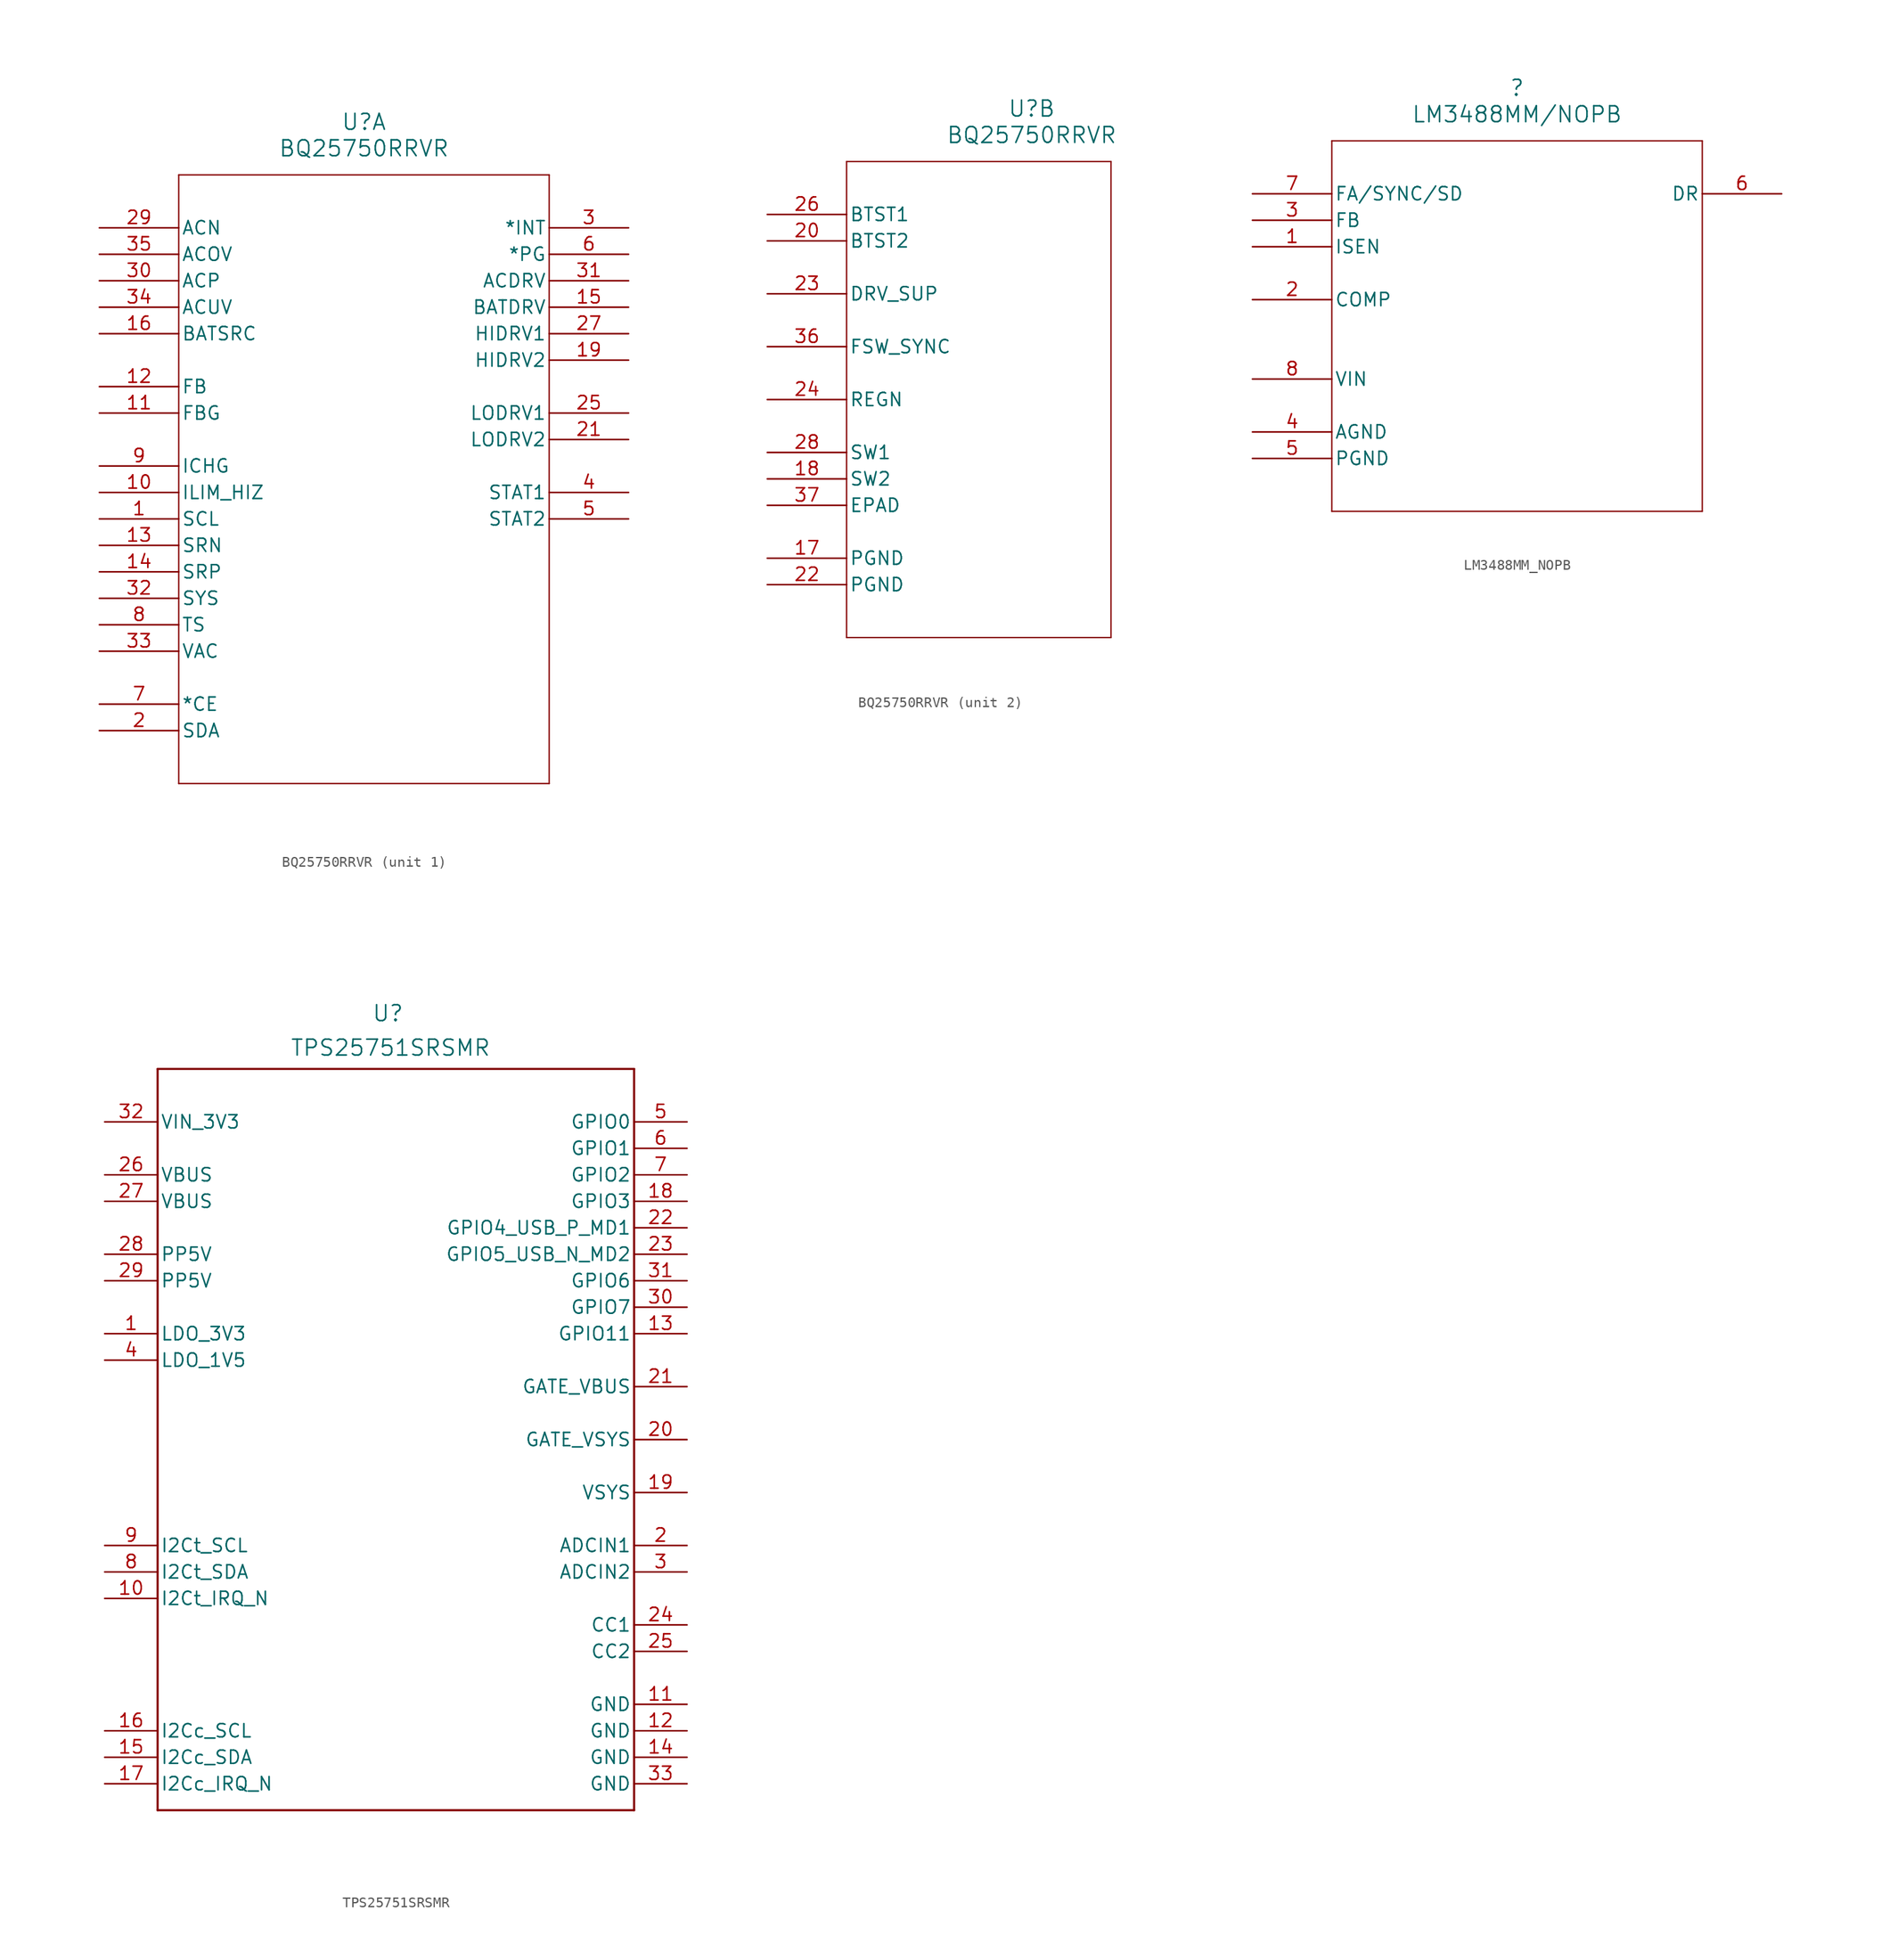
<source format=kicad_sym>
(kicad_symbol_lib
  (version 20241209)
  (generator "kicad_symbol_editor")
  (generator_version "9.0")
  (symbol "BQ25750RRVR"
    (pin_names
      (offset 0.254))
    (property "Reference" "U"
      (at 25.4 10.16 0)
      (effects (font (size 1.524 1.524))))
    (property "Value" "BQ25750RRVR"
      (at 25.4 7.62 0)
      (effects (font (size 1.524 1.524))))
    (property "ki_locked" ""
      (at 0 0 0)
      (effects (font (size 1.27 1.27))))
    (symbol "BQ25750RRVR_1_1"
      (polyline (pts (xy 7.62 5.08) (xy 7.62 -53.34)) (stroke (width 0.127) (type default)) (fill (type none)))
      (polyline (pts (xy 7.62 -53.34) (xy 43.18 -53.34)) (stroke (width 0.127) (type default)) (fill (type none)))
      (polyline (pts (xy 43.18 5.08) (xy 7.62 5.08)) (stroke (width 0.127) (type default)) (fill (type none)))
      (polyline (pts (xy 43.18 -53.34) (xy 43.18 5.08)) (stroke (width 0.127) (type default)) (fill (type none)))
      (pin input line (at 0 0 0) (length 7.62) (name "ACN" (effects (font (size 1.27 1.27)))) (number "29" (effects (font (size 1.27 1.27)))))
      (pin input line (at 0 -2.54 0) (length 7.62) (name "ACOV" (effects (font (size 1.27 1.27)))) (number "35" (effects (font (size 1.27 1.27)))))
      (pin input line (at 0 -5.08 0) (length 7.62) (name "ACP" (effects (font (size 1.27 1.27)))) (number "30" (effects (font (size 1.27 1.27)))))
      (pin input line (at 0 -7.62 0) (length 7.62) (name "ACUV" (effects (font (size 1.27 1.27)))) (number "34" (effects (font (size 1.27 1.27)))))
      (pin input line (at 0 -10.16 0) (length 7.62) (name "BATSRC" (effects (font (size 1.27 1.27)))) (number "16" (effects (font (size 1.27 1.27)))))
      (pin input line (at 0 -15.24 0) (length 7.62) (name "FB" (effects (font (size 1.27 1.27)))) (number "12" (effects (font (size 1.27 1.27)))))
      (pin input line (at 0 -17.78 0) (length 7.62) (name "FBG" (effects (font (size 1.27 1.27)))) (number "11" (effects (font (size 1.27 1.27)))))
      (pin input line (at 0 -22.86 0) (length 7.62) (name "ICHG" (effects (font (size 1.27 1.27)))) (number "9" (effects (font (size 1.27 1.27)))))
      (pin input line (at 0 -25.4 0) (length 7.62) (name "ILIM_HIZ" (effects (font (size 1.27 1.27)))) (number "10" (effects (font (size 1.27 1.27)))))
      (pin input line (at 0 -27.94 0) (length 7.62) (name "SCL" (effects (font (size 1.27 1.27)))) (number "1" (effects (font (size 1.27 1.27)))))
      (pin input line (at 0 -30.48 0) (length 7.62) (name "SRN" (effects (font (size 1.27 1.27)))) (number "13" (effects (font (size 1.27 1.27)))))
      (pin input line (at 0 -33.02 0) (length 7.62) (name "SRP" (effects (font (size 1.27 1.27)))) (number "14" (effects (font (size 1.27 1.27)))))
      (pin input line (at 0 -35.56 0) (length 7.62) (name "SYS" (effects (font (size 1.27 1.27)))) (number "32" (effects (font (size 1.27 1.27)))))
      (pin input line (at 0 -38.1 0) (length 7.62) (name "TS" (effects (font (size 1.27 1.27)))) (number "8" (effects (font (size 1.27 1.27)))))
      (pin input line (at 0 -40.64 0) (length 7.62) (name "VAC" (effects (font (size 1.27 1.27)))) (number "33" (effects (font (size 1.27 1.27)))))
      (pin bidirectional line (at 0 -45.72 0) (length 7.62) (name "*CE" (effects (font (size 1.27 1.27)))) (number "7" (effects (font (size 1.27 1.27)))))
      (pin bidirectional line (at 0 -48.26 0) (length 7.62) (name "SDA" (effects (font (size 1.27 1.27)))) (number "2" (effects (font (size 1.27 1.27)))))
      (pin output line (at 50.8 0 180) (length 7.62) (name "*INT" (effects (font (size 1.27 1.27)))) (number "3" (effects (font (size 1.27 1.27)))))
      (pin output line (at 50.8 -2.54 180) (length 7.62) (name "*PG" (effects (font (size 1.27 1.27)))) (number "6" (effects (font (size 1.27 1.27)))))
      (pin output line (at 50.8 -5.08 180) (length 7.62) (name "ACDRV" (effects (font (size 1.27 1.27)))) (number "31" (effects (font (size 1.27 1.27)))))
      (pin output line (at 50.8 -7.62 180) (length 7.62) (name "BATDRV" (effects (font (size 1.27 1.27)))) (number "15" (effects (font (size 1.27 1.27)))))
      (pin output line (at 50.8 -10.16 180) (length 7.62) (name "HIDRV1" (effects (font (size 1.27 1.27)))) (number "27" (effects (font (size 1.27 1.27)))))
      (pin output line (at 50.8 -12.7 180) (length 7.62) (name "HIDRV2" (effects (font (size 1.27 1.27)))) (number "19" (effects (font (size 1.27 1.27)))))
      (pin output line (at 50.8 -17.78 180) (length 7.62) (name "LODRV1" (effects (font (size 1.27 1.27)))) (number "25" (effects (font (size 1.27 1.27)))))
      (pin output line (at 50.8 -20.32 180) (length 7.62) (name "LODRV2" (effects (font (size 1.27 1.27)))) (number "21" (effects (font (size 1.27 1.27)))))
      (pin output line (at 50.8 -25.4 180) (length 7.62) (name "STAT1" (effects (font (size 1.27 1.27)))) (number "4" (effects (font (size 1.27 1.27)))))
      (pin output line (at 50.8 -27.94 180) (length 7.62) (name "STAT2" (effects (font (size 1.27 1.27)))) (number "5" (effects (font (size 1.27 1.27))))))
    (symbol "BQ25750RRVR_2_1"
      (polyline (pts (xy 7.62 5.08) (xy 7.62 -40.64)) (stroke (width 0.127) (type default)) (fill (type none)))
      (polyline (pts (xy 7.62 -40.64) (xy 33.02 -40.64)) (stroke (width 0.127) (type default)) (fill (type none)))
      (polyline (pts (xy 33.02 5.08) (xy 7.62 5.08)) (stroke (width 0.127) (type default)) (fill (type none)))
      (polyline (pts (xy 33.02 -40.64) (xy 33.02 5.08)) (stroke (width 0.127) (type default)) (fill (type none)))
      (pin power_in line (at 0 0 0) (length 7.62) (name "BTST1" (effects (font (size 1.27 1.27)))) (number "26" (effects (font (size 1.27 1.27)))))
      (pin power_in line (at 0 -2.54 0) (length 7.62) (name "BTST2" (effects (font (size 1.27 1.27)))) (number "20" (effects (font (size 1.27 1.27)))))
      (pin power_in line (at 0 -7.62 0) (length 7.62) (name "DRV_SUP" (effects (font (size 1.27 1.27)))) (number "23" (effects (font (size 1.27 1.27)))))
      (pin power_in line (at 0 -12.7 0) (length 7.62) (name "FSW_SYNC" (effects (font (size 1.27 1.27)))) (number "36" (effects (font (size 1.27 1.27)))))
      (pin power_in line (at 0 -17.78 0) (length 7.62) (name "REGN" (effects (font (size 1.27 1.27)))) (number "24" (effects (font (size 1.27 1.27)))))
      (pin power_in line (at 0 -22.86 0) (length 7.62) (name "SW1" (effects (font (size 1.27 1.27)))) (number "28" (effects (font (size 1.27 1.27)))))
      (pin power_in line (at 0 -25.4 0) (length 7.62) (name "SW2" (effects (font (size 1.27 1.27)))) (number "18" (effects (font (size 1.27 1.27)))))
      (pin power_out line (at 0 -27.94 0) (length 7.62) (name "EPAD" (effects (font (size 1.27 1.27)))) (number "37" (effects (font (size 1.27 1.27)))))
      (pin power_out line (at 0 -33.02 0) (length 7.62) (name "PGND" (effects (font (size 1.27 1.27)))) (number "17" (effects (font (size 1.27 1.27)))))
      (pin power_in line (at 0 -35.56 0) (length 7.62) (name "PGND" (effects (font (size 1.27 1.27)))) (number "22" (effects (font (size 1.27 1.27)))))))
  (symbol "LM3488MM_NOPB"
    (pin_names
      (offset 0.254))
    (property "Reference" ""
      (at 25.4 10.16 0)
      (effects (font (size 1.524 1.524))))
    (property "Value" "LM3488MM/NOPB"
      (at 25.4 7.62 0)
      (effects (font (size 1.524 1.524))))
    (property "ki_locked" ""
      (at 0 0 0)
      (effects (font (size 1.27 1.27))))
    (symbol "LM3488MM_NOPB_0_1"
      (polyline (pts (xy 7.62 5.08) (xy 7.62 -30.48)) (stroke (width 0.127) (type default)) (fill (type none)))
      (polyline (pts (xy 7.62 -30.48) (xy 43.18 -30.48)) (stroke (width 0.127) (type default)) (fill (type none)))
      (polyline (pts (xy 43.18 5.08) (xy 7.62 5.08)) (stroke (width 0.127) (type default)) (fill (type none)))
      (polyline (pts (xy 43.18 -30.48) (xy 43.18 5.08)) (stroke (width 0.127) (type default)) (fill (type none)))
      (pin input line (at 0 0 0) (length 7.62) (name "FA/SYNC/SD" (effects (font (size 1.27 1.27)))) (number "7" (effects (font (size 1.27 1.27)))))
      (pin input line (at 0 -2.54 0) (length 7.62) (name "FB" (effects (font (size 1.27 1.27)))) (number "3" (effects (font (size 1.27 1.27)))))
      (pin input line (at 0 -5.08 0) (length 7.62) (name "ISEN" (effects (font (size 1.27 1.27)))) (number "1" (effects (font (size 1.27 1.27)))))
      (pin passive line (at 0 -10.16 0) (length 7.62) (name "COMP" (effects (font (size 1.27 1.27)))) (number "2" (effects (font (size 1.27 1.27)))))
      (pin power_in line (at 0 -17.78 0) (length 7.62) (name "VIN" (effects (font (size 1.27 1.27)))) (number "8" (effects (font (size 1.27 1.27)))))
      (pin power_in line (at 0 -22.86 0) (length 7.62) (name "AGND" (effects (font (size 1.27 1.27)))) (number "4" (effects (font (size 1.27 1.27)))))
      (pin power_in line (at 0 -25.4 0) (length 7.62) (name "PGND" (effects (font (size 1.27 1.27)))) (number "5" (effects (font (size 1.27 1.27)))))
      (pin output line (at 50.8 0 180) (length 7.62) (name "DR" (effects (font (size 1.27 1.27)))) (number "6" (effects (font (size 1.27 1.27)))))))
  (symbol "TPS25751SRSMR"
    (pin_names
      (offset 0.254))
    (property "Reference" "U"
      (at 27.178 10.414 0)
      (effects (font (size 1.524 1.524))))
    (property "Value" "TPS25751SRSMR"
      (at 27.432 7.112 0)
      (effects (font (size 1.524 1.524))))
    (property "ki_locked" ""
      (at 0 0 0)
      (effects (font (size 1.27 1.27))))
    (symbol "TPS25751SRSMR_0_1"
      (polyline (pts (xy 5.08 5.08) (xy 5.08 -66.04)) (stroke (width 0.203) (type default)) (fill (type none)))
      (polyline (pts (xy 5.08 -66.04) (xy 50.8 -66.04)) (stroke (width 0.203) (type default)) (fill (type none)))
      (polyline (pts (xy 50.8 5.08) (xy 5.08 5.08)) (stroke (width 0.203) (type default)) (fill (type none)))
      (polyline (pts (xy 50.8 -66.04) (xy 50.8 5.08)) (stroke (width 0.203) (type default)) (fill (type none)))
      (pin power_in line (at 0 0 0) (length 5.08) (name "VIN_3V3" (effects (font (size 1.27 1.27)))) (number "32" (effects (font (size 1.27 1.27)))))
      (pin power_in line (at 0 -5.08 0) (length 5.08) (name "VBUS" (effects (font (size 1.27 1.27)))) (number "26" (effects (font (size 1.27 1.27)))))
      (pin power_in line (at 0 -7.62 0) (length 5.08) (name "VBUS" (effects (font (size 1.27 1.27)))) (number "27" (effects (font (size 1.27 1.27)))))
      (pin power_in line (at 0 -12.7 0) (length 5.08) (name "PP5V" (effects (font (size 1.27 1.27)))) (number "28" (effects (font (size 1.27 1.27)))))
      (pin power_in line (at 0 -15.24 0) (length 5.08) (name "PP5V" (effects (font (size 1.27 1.27)))) (number "29" (effects (font (size 1.27 1.27)))))
      (pin unspecified line (at 0 -20.32 0) (length 5.08) (name "LDO_3V3" (effects (font (size 1.27 1.27)))) (number "1" (effects (font (size 1.27 1.27)))))
      (pin unspecified line (at 0 -22.86 0) (length 5.08) (name "LDO_1V5" (effects (font (size 1.27 1.27)))) (number "4" (effects (font (size 1.27 1.27)))))
      (pin input line (at 0 -40.64 0) (length 5.08) (name "I2Ct_SCL" (effects (font (size 1.27 1.27)))) (number "9" (effects (font (size 1.27 1.27)))))
      (pin bidirectional line (at 0 -43.18 0) (length 5.08) (name "I2Ct_SDA" (effects (font (size 1.27 1.27)))) (number "8" (effects (font (size 1.27 1.27)))))
      (pin output line (at 0 -45.72 0) (length 5.08) (name "I2Ct_IRQ_N" (effects (font (size 1.27 1.27)))) (number "10" (effects (font (size 1.27 1.27)))))
      (pin input line (at 0 -58.42 0) (length 5.08) (name "I2Cc_SCL" (effects (font (size 1.27 1.27)))) (number "16" (effects (font (size 1.27 1.27)))))
      (pin bidirectional line (at 0 -60.96 0) (length 5.08) (name "I2Cc_SDA" (effects (font (size 1.27 1.27)))) (number "15" (effects (font (size 1.27 1.27)))))
      (pin output line (at 0 -63.5 0) (length 5.08) (name "I2Cc_IRQ_N" (effects (font (size 1.27 1.27)))) (number "17" (effects (font (size 1.27 1.27)))))
      (pin bidirectional line (at 55.88 0 180) (length 5.08) (name "GPIO0" (effects (font (size 1.27 1.27)))) (number "5" (effects (font (size 1.27 1.27)))))
      (pin bidirectional line (at 55.88 -2.54 180) (length 5.08) (name "GPIO1" (effects (font (size 1.27 1.27)))) (number "6" (effects (font (size 1.27 1.27)))))
      (pin bidirectional line (at 55.88 -5.08 180) (length 5.08) (name "GPIO2" (effects (font (size 1.27 1.27)))) (number "7" (effects (font (size 1.27 1.27)))))
      (pin bidirectional line (at 55.88 -7.62 180) (length 5.08) (name "GPIO3" (effects (font (size 1.27 1.27)))) (number "18" (effects (font (size 1.27 1.27)))))
      (pin bidirectional line (at 55.88 -10.16 180) (length 5.08) (name "GPIO4_USB_P_MD1" (effects (font (size 1.27 1.27)))) (number "22" (effects (font (size 1.27 1.27)))))
      (pin bidirectional line (at 55.88 -12.7 180) (length 5.08) (name "GPIO5_USB_N_MD2" (effects (font (size 1.27 1.27)))) (number "23" (effects (font (size 1.27 1.27)))))
      (pin bidirectional line (at 55.88 -15.24 180) (length 5.08) (name "GPIO6" (effects (font (size 1.27 1.27)))) (number "31" (effects (font (size 1.27 1.27)))))
      (pin bidirectional line (at 55.88 -17.78 180) (length 5.08) (name "GPIO7" (effects (font (size 1.27 1.27)))) (number "30" (effects (font (size 1.27 1.27)))))
      (pin bidirectional line (at 55.88 -20.32 180) (length 5.08) (name "GPIO11" (effects (font (size 1.27 1.27)))) (number "13" (effects (font (size 1.27 1.27)))))
      (pin unspecified line (at 55.88 -25.4 180) (length 5.08) (name "GATE_VBUS" (effects (font (size 1.27 1.27)))) (number "21" (effects (font (size 1.27 1.27)))))
      (pin unspecified line (at 55.88 -30.48 180) (length 5.08) (name "GATE_VSYS" (effects (font (size 1.27 1.27)))) (number "20" (effects (font (size 1.27 1.27)))))
      (pin unspecified line (at 55.88 -35.56 180) (length 5.08) (name "VSYS" (effects (font (size 1.27 1.27)))) (number "19" (effects (font (size 1.27 1.27)))))
      (pin unspecified line (at 55.88 -40.64 180) (length 5.08) (name "ADCIN1" (effects (font (size 1.27 1.27)))) (number "2" (effects (font (size 1.27 1.27)))))
      (pin unspecified line (at 55.88 -43.18 180) (length 5.08) (name "ADCIN2" (effects (font (size 1.27 1.27)))) (number "3" (effects (font (size 1.27 1.27)))))
      (pin unspecified line (at 55.88 -48.26 180) (length 5.08) (name "CC1" (effects (font (size 1.27 1.27)))) (number "24" (effects (font (size 1.27 1.27)))))
      (pin unspecified line (at 55.88 -50.8 180) (length 5.08) (name "CC2" (effects (font (size 1.27 1.27)))) (number "25" (effects (font (size 1.27 1.27)))))
      (pin power_in line (at 55.88 -55.88 180) (length 5.08) (name "GND" (effects (font (size 1.27 1.27)))) (number "11" (effects (font (size 1.27 1.27)))))
      (pin power_in line (at 55.88 -58.42 180) (length 5.08) (name "GND" (effects (font (size 1.27 1.27)))) (number "12" (effects (font (size 1.27 1.27)))))
      (pin power_in line (at 55.88 -60.96 180) (length 5.08) (name "GND" (effects (font (size 1.27 1.27)))) (number "14" (effects (font (size 1.27 1.27)))))
      (pin power_in line (at 55.88 -63.5 180) (length 5.08) (name "GND" (effects (font (size 1.27 1.27)))) (number "33" (effects (font (size 1.27 1.27))))))))
</source>
